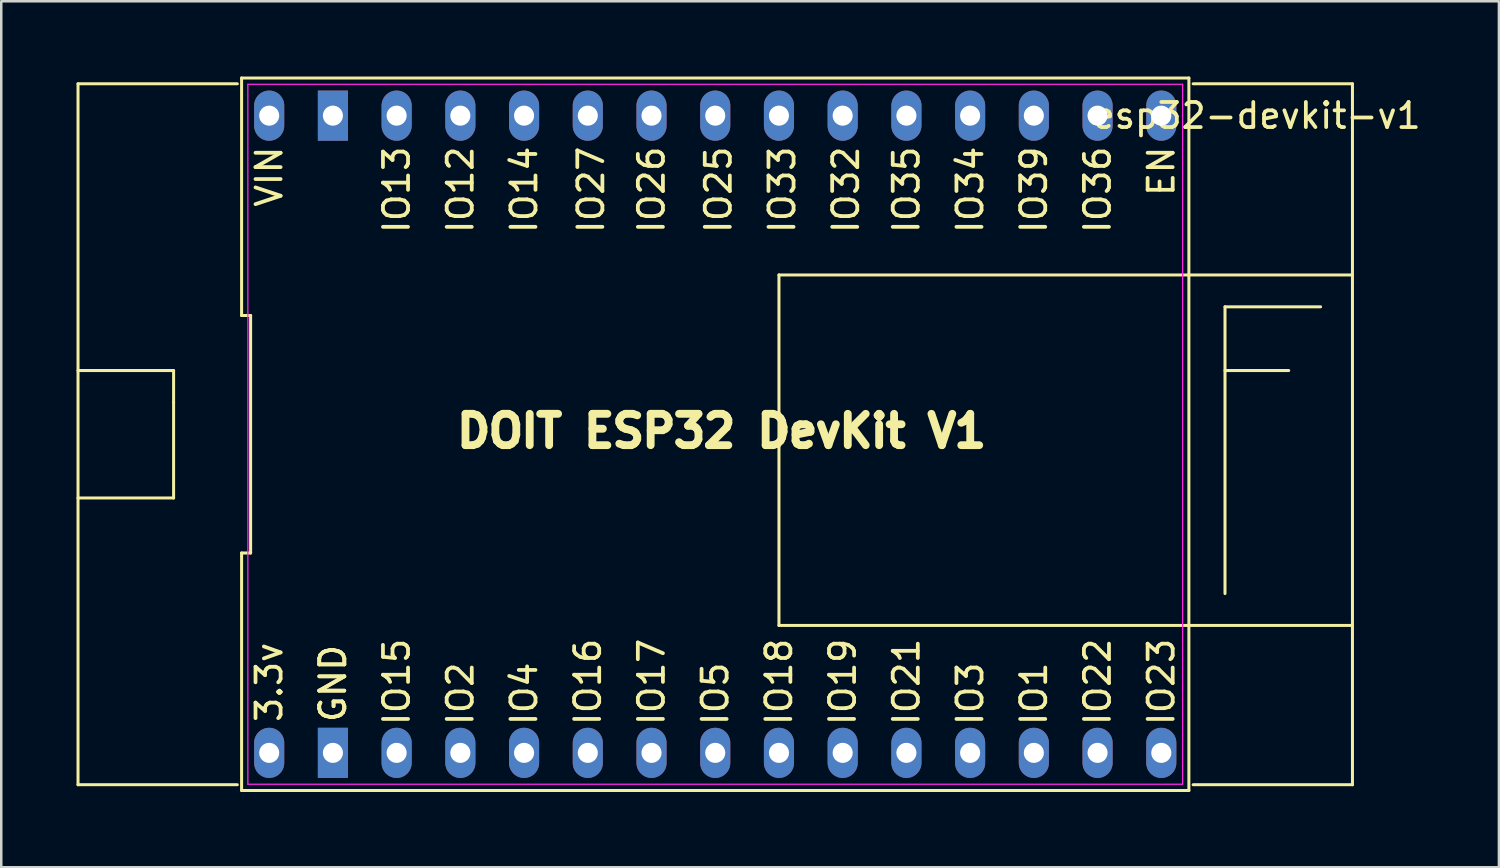
<source format=kicad_pcb>
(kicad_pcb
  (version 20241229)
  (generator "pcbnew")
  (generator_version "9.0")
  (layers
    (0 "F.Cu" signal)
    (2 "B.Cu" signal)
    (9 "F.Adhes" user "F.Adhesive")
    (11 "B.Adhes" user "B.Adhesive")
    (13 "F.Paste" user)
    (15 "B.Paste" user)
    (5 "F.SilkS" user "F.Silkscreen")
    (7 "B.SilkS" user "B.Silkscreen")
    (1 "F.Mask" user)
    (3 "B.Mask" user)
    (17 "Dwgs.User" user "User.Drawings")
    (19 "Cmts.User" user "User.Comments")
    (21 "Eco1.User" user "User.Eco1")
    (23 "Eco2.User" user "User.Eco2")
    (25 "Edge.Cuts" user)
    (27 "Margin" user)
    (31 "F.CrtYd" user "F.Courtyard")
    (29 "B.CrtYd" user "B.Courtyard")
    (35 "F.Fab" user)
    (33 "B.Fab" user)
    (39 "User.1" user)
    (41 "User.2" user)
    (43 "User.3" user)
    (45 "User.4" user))
  (footprint "esp32-devkit-v1"
    (layer "F.Cu")
    (at 25.46 14.26)
    (property "Reference" "esp32-devkit-v1" (at 21.59 -12.7 180) (layer "F.SilkS") (effects (font (size 1 1) (thickness 0.15))))
    (attr through_hole)
    (fp_line (start -25.4 -13.97) (end -25.4 13.97) (stroke (width 0.12) (type solid)) (layer "F.SilkS"))
    (fp_line (start -25.4 13.97) (end -19.05 13.97) (stroke (width 0.12) (type solid)) (layer "F.SilkS"))
    (fp_line (start -21.59 -2.54) (end -25.4 -2.54) (stroke (width 0.12) (type solid)) (layer "F.SilkS"))
    (fp_line (start -21.59 -1.27) (end -21.59 -2.54) (stroke (width 0.12) (type solid)) (layer "F.SilkS"))
    (fp_line (start -21.59 -1.27) (end -21.59 2.54) (stroke (width 0.12) (type solid)) (layer "F.SilkS"))
    (fp_line (start -21.59 2.54) (end -25.4 2.54) (stroke (width 0.12) (type solid)) (layer "F.SilkS"))
    (fp_line (start -19.05 -13.97) (end -25.4 -13.97) (stroke (width 0.12) (type solid)) (layer "F.SilkS"))
    (fp_line (start -18.88 -14.2) (end -18.88 -4.733) (stroke (width 0.12) (type solid)) (layer "F.SilkS"))
    (fp_line (start -18.88 -4.733) (end -18.52 -4.733) (stroke (width 0.12) (type solid)) (layer "F.SilkS"))
    (fp_line (start -18.88 4.733) (end -18.88 14.2) (stroke (width 0.12) (type solid)) (layer "F.SilkS"))
    (fp_line (start -18.88 14.2) (end 18.88 14.2) (stroke (width 0.12) (type solid)) (layer "F.SilkS"))
    (fp_line (start -18.52 -4.733) (end -18.52 4.733) (stroke (width 0.12) (type solid)) (layer "F.SilkS"))
    (fp_line (start -18.52 4.733) (end -18.88 4.733) (stroke (width 0.12) (type solid)) (layer "F.SilkS"))
    (fp_line (start 2.54 -6.35) (end 2.54 7.62) (stroke (width 0.12) (type solid)) (layer "F.SilkS"))
    (fp_line (start 2.54 7.62) (end 25.4 7.62) (stroke (width 0.12) (type solid)) (layer "F.SilkS"))
    (fp_line (start 18.88 -14.2) (end -18.88 -14.2) (stroke (width 0.12) (type solid)) (layer "F.SilkS"))
    (fp_line (start 18.88 14.2) (end 18.88 -14.2) (stroke (width 0.12) (type solid)) (layer "F.SilkS"))
    (fp_line (start 19.05 -13.97) (end 25.4 -13.97) (stroke (width 0.12) (type solid)) (layer "F.SilkS"))
    (fp_line (start 20.32 -5.08) (end 24.13 -5.08) (stroke (width 0.12) (type solid)) (layer "F.SilkS"))
    (fp_line (start 20.32 -2.54) (end 22.86 -2.54) (stroke (width 0.12) (type solid)) (layer "F.SilkS"))
    (fp_line (start 20.32 6.35) (end 20.32 -5.08) (stroke (width 0.12) (type solid)) (layer "F.SilkS"))
    (fp_line (start 25.4 -13.97) (end 25.4 13.97) (stroke (width 0.12) (type solid)) (layer "F.SilkS"))
    (fp_line (start 25.4 -6.35) (end 2.54 -6.35) (stroke (width 0.12) (type solid)) (layer "F.SilkS"))
    (fp_line (start 25.4 13.97) (end 19.05 13.97) (stroke (width 0.12) (type solid)) (layer "F.SilkS"))
    (fp_line (start -18.63 -13.95) (end 18.63 -13.95) (stroke (width 0.05) (type solid)) (layer "F.CrtYd"))
    (fp_line (start -18.63 13.95) (end -18.63 -13.95) (stroke (width 0.05) (type solid)) (layer "F.CrtYd"))
    (fp_line (start 18.63 -13.95) (end 18.63 13.95) (stroke (width 0.05) (type solid)) (layer "F.CrtYd"))
    (fp_line (start 18.63 13.95) (end -18.63 13.95) (stroke (width 0.05) (type solid)) (layer "F.CrtYd"))
    (fp_text user "DOIT ESP32 DevKit V1" (at 0.254 -0.127 0) (layer "F.SilkS") (effects (font (size 1.25 1.25) (thickness 0.312))))
    (fp_text user "IO4" (at -7.62 11.684 90) (layer "F.SilkS") (effects (font (size 1 1) (thickness 0.15)) (justify left)))
    (fp_text user "IO25" (at 0.127 -11.557 90) (layer "F.SilkS") (effects (font (size 1 1) (thickness 0.15)) (justify right)))
    (fp_text user "VIN" (at -17.78 -11.557 90) (layer "F.SilkS") (effects (font (size 1 1) (thickness 0.15)) (justify right)))
    (fp_text user "IO12" (at -10.16 -11.557 90) (layer "F.SilkS") (effects (font (size 1 1) (thickness 0.15)) (justify right)))
    (fp_text user "IO23" (at 17.78 11.684 90) (layer "F.SilkS") (effects (font (size 1 1) (thickness 0.15)) (justify left)))
    (fp_text user "IO21" (at 7.62 11.684 90) (layer "F.SilkS") (effects (font (size 1 1) (thickness 0.15)) (justify left)))
    (fp_text user "IO5" (at 0 11.684 90) (layer "F.SilkS") (effects (font (size 1 1) (thickness 0.15)) (justify left)))
    (fp_text user "IO22" (at 15.24 11.684 90) (layer "F.SilkS") (effects (font (size 1 1) (thickness 0.15)) (justify left)))
    (fp_text user "IO33" (at 2.667 -11.557 90) (layer "F.SilkS") (effects (font (size 1 1) (thickness 0.15)) (justify right)))
    (fp_text user "IO1" (at 12.7 11.684 90) (layer "F.SilkS") (effects (font (size 1 1) (thickness 0.15)) (justify left)))
    (fp_text user "IO34" (at 10.16 -11.557 90) (layer "F.SilkS") (effects (font (size 1 1) (thickness 0.15)) (justify right)))
    (fp_text user "IO16" (at -5.08 11.684 90) (layer "F.SilkS") (effects (font (size 1 1) (thickness 0.15)) (justify left)))
    (fp_text user "EN" (at 17.78 -11.557 90) (layer "F.SilkS") (effects (font (size 1 1) (thickness 0.15)) (justify right)))
    (fp_text user "GND" (at -15.24 11.557 90) (layer "F.SilkS") (effects (font (size 1 1) (thickness 0.15)) (justify left)))
    (fp_text user "IO3" (at 10.16 11.684 90) (layer "F.SilkS") (effects (font (size 1 1) (thickness 0.15)) (justify left)))
    (fp_text user "IO18" (at 2.54 11.684 90) (layer "F.SilkS") (effects (font (size 1 1) (thickness 0.15)) (justify left)))
    (fp_text user "IO39" (at 12.7 -11.557 90) (layer "F.SilkS") (effects (font (size 1 1) (thickness 0.15)) (justify right)))
    (fp_text user "IO26" (at -2.54 -11.557 90) (layer "F.SilkS") (effects (font (size 1 1) (thickness 0.15)) (justify right)))
    (fp_text user "3.3v" (at -17.78 11.557 90) (layer "F.SilkS") (effects (font (size 1 1) (thickness 0.15)) (justify left)))
    (fp_text user "IO32" (at 5.207 -11.557 90) (layer "F.SilkS") (effects (font (size 1 1) (thickness 0.15)) (justify right)))
    (fp_text user "IO13" (at -12.7 -11.557 90) (layer "F.SilkS") (effects (font (size 1 1) (thickness 0.15)) (justify right)))
    (fp_text user "IO2" (at -10.16 11.684 90) (layer "F.SilkS") (effects (font (size 1 1) (thickness 0.15)) (justify left)))
    (fp_text user "IO19" (at 5.08 11.684 90) (layer "F.SilkS") (effects (font (size 1 1) (thickness 0.15)) (justify left)))
    (fp_text user "IO14" (at -7.62 -11.557 90) (layer "F.SilkS") (effects (font (size 1 1) (thickness 0.15)) (justify right)))
    (fp_text user "IO15" (at -12.7 11.684 90) (layer "F.SilkS") (effects (font (size 1 1) (thickness 0.15)) (justify left)))
    (fp_text user "IO17" (at -2.54 11.684 90) (layer "F.SilkS") (effects (font (size 1 1) (thickness 0.15)) (justify left)))
    (fp_text user "IO36" (at 15.24 -11.557 90) (layer "F.SilkS") (effects (font (size 1 1) (thickness 0.15)) (justify right)))
    (fp_text user "IO35" (at 7.62 -11.557 90) (layer "F.SilkS") (effects (font (size 1 1) (thickness 0.15)) (justify right)))
    (fp_text user "IO27" (at -4.953 -11.557 90) (layer "F.SilkS") (effects (font (size 1 1) (thickness 0.15)) (justify right)))
    (fp_text user "GND" (at -15.24 11.557 90) (layer "F.SilkS") (effects (font (size 1 1) (thickness 0.15)) (justify left)))
    (pad "1" thru_hole oval (at -17.78 12.7) (size 1.2 2) (drill 0.8) (layers "*.Cu" "*.Mask"))
    (pad "2" thru_hole rect (at -15.24 12.7) (size 1.2 2) (drill 0.8) (layers "*.Cu" "*.Mask"))
    (pad "3" thru_hole oval (at -12.7 12.7) (size 1.2 2) (drill 0.8) (layers "*.Cu" "*.Mask"))
    (pad "4" thru_hole oval (at -10.16 12.7) (size 1.2 2) (drill 0.8) (layers "*.Cu" "*.Mask"))
    (pad "5" thru_hole oval (at -7.62 12.7) (size 1.2 2) (drill 0.8) (layers "*.Cu" "*.Mask"))
    (pad "6" thru_hole oval (at -5.08 12.7) (size 1.2 2) (drill 0.8) (layers "*.Cu" "*.Mask"))
    (pad "7" thru_hole oval (at -2.54 12.7) (size 1.2 2) (drill 0.8) (layers "*.Cu" "*.Mask"))
    (pad "8" thru_hole oval (at 0 12.7) (size 1.2 2) (drill 0.8) (layers "*.Cu" "*.Mask"))
    (pad "9" thru_hole oval (at 2.54 12.7) (size 1.2 2) (drill 0.8) (layers "*.Cu" "*.Mask"))
    (pad "10" thru_hole oval (at 5.08 12.7) (size 1.2 2) (drill 0.8) (layers "*.Cu" "*.Mask"))
    (pad "11" thru_hole oval (at 7.62 12.7) (size 1.2 2) (drill 0.8) (layers "*.Cu" "*.Mask"))
    (pad "12" thru_hole oval (at 10.16 12.7) (size 1.2 2) (drill 0.8) (layers "*.Cu" "*.Mask"))
    (pad "13" thru_hole oval (at 12.7 12.7) (size 1.2 2) (drill 0.8) (layers "*.Cu" "*.Mask"))
    (pad "14" thru_hole oval (at 15.24 12.7) (size 1.2 2) (drill 0.8) (layers "*.Cu" "*.Mask"))
    (pad "15" thru_hole oval (at 17.78 12.7) (size 1.2 2) (drill 0.8) (layers "*.Cu" "*.Mask"))
    (pad "16" thru_hole oval (at 17.78 -12.7) (size 1.2 2) (drill 0.8) (layers "*.Cu" "*.Mask"))
    (pad "17" thru_hole oval (at 15.24 -12.7) (size 1.2 2) (drill 0.8) (layers "*.Cu" "*.Mask"))
    (pad "18" thru_hole oval (at 12.7 -12.7) (size 1.2 2) (drill 0.8) (layers "*.Cu" "*.Mask"))
    (pad "19" thru_hole oval (at 10.16 -12.7) (size 1.2 2) (drill 0.8) (layers "*.Cu" "*.Mask"))
    (pad "20" thru_hole oval (at 7.62 -12.7) (size 1.2 2) (drill 0.8) (layers "*.Cu" "*.Mask"))
    (pad "21" thru_hole oval (at 5.08 -12.7) (size 1.2 2) (drill 0.8) (layers "*.Cu" "*.Mask"))
    (pad "22" thru_hole oval (at 2.54 -12.7) (size 1.2 2) (drill 0.8) (layers "*.Cu" "*.Mask"))
    (pad "23" thru_hole oval (at 0 -12.7) (size 1.2 2) (drill 0.8) (layers "*.Cu" "*.Mask"))
    (pad "24" thru_hole oval (at -2.54 -12.7) (size 1.2 2) (drill 0.8) (layers "*.Cu" "*.Mask"))
    (pad "25" thru_hole oval (at -5.08 -12.7) (size 1.2 2) (drill 0.8) (layers "*.Cu" "*.Mask"))
    (pad "26" thru_hole oval (at -7.62 -12.7) (size 1.2 2) (drill 0.8) (layers "*.Cu" "*.Mask"))
    (pad "27" thru_hole oval (at -10.16 -12.7) (size 1.2 2) (drill 0.8) (layers "*.Cu" "*.Mask"))
    (pad "28" thru_hole oval (at -12.7 -12.7) (size 1.2 2) (drill 0.8) (layers "*.Cu" "*.Mask"))
    (pad "29" thru_hole rect (at -15.24 -12.7) (size 1.2 2) (drill 0.8) (layers "*.Cu" "*.Mask"))
    (pad "30" thru_hole oval (at -17.78 -12.7) (size 1.2 2) (drill 0.8) (layers "*.Cu" "*.Mask")))
  (gr_rect
    (start -3 -3)
    (end 56.699 31.52)
    (stroke (width 0.1) (type default))
    (fill no)
    (layer "Edge.Cuts")))
</source>
